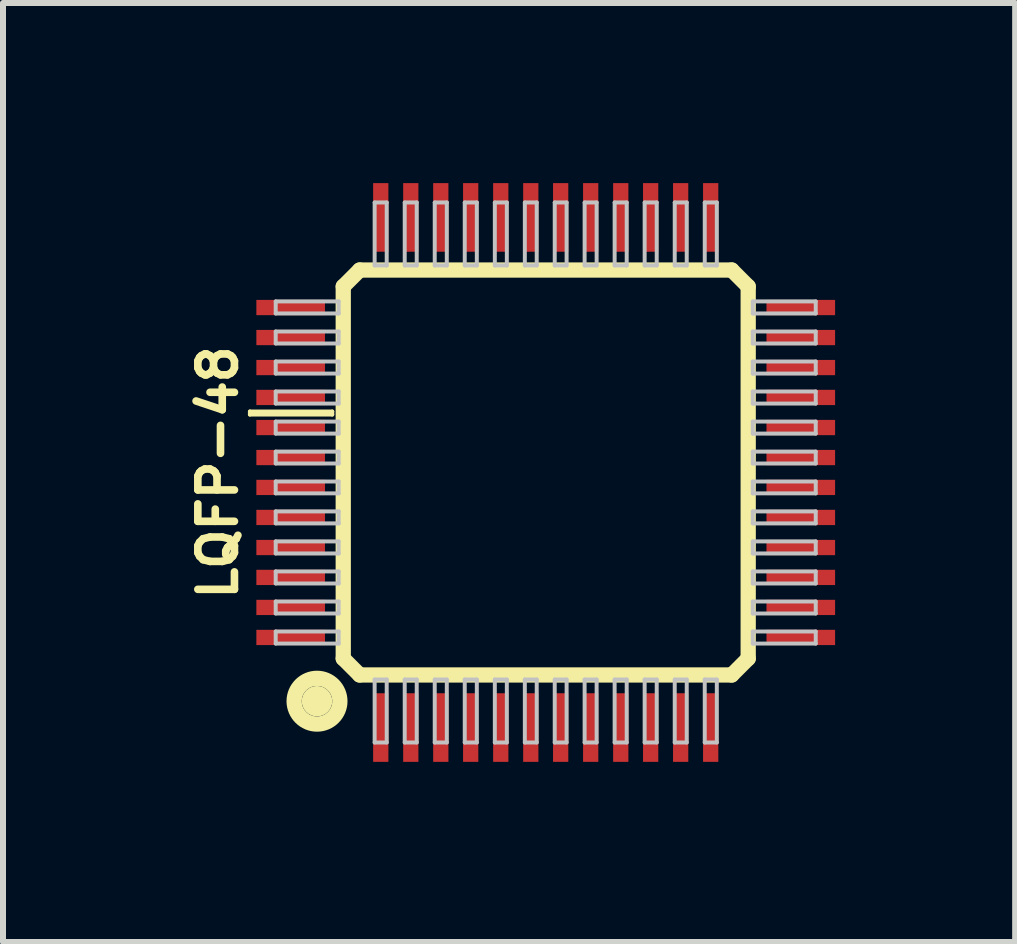
<source format=kicad_pcb>
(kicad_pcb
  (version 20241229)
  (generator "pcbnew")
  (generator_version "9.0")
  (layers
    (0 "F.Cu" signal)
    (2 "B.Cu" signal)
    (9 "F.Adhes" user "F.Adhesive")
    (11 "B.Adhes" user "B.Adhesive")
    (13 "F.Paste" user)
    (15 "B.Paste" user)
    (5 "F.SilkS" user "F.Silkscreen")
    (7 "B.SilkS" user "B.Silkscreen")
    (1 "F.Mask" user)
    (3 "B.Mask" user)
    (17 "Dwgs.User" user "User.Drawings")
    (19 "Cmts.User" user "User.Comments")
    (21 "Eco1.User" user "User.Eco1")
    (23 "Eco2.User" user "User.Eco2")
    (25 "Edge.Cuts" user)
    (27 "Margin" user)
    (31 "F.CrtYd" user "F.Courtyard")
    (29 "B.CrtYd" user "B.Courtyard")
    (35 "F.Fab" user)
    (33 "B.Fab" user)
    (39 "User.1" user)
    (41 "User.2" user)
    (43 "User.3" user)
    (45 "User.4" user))
  (footprint "LQFP-48"
    (layer "F.Cu")
    (at 6.041 4.821)
    (property "Reference" "LQFP-48" (at -5.461 0 90) (layer "F.SilkS") (effects (font (size 0.61 0.61) (thickness 0.127))))
    (attr smd)
    (fp_line (start -4.928 -1.016) (end -3.556 -1.016) (stroke (width 0.066) (type solid)) (layer "F.SilkS"))
    (fp_line (start -4.928 -0.965) (end -4.928 -1.016) (stroke (width 0.066) (type solid)) (layer "F.SilkS"))
    (fp_line (start -4.928 -0.965) (end -3.556 -0.965) (stroke (width 0.066) (type solid)) (layer "F.SilkS"))
    (fp_line (start -3.556 -0.965) (end -3.556 -1.016) (stroke (width 0.066) (type solid)) (layer "F.SilkS"))
    (fp_line (start -3.373 -3.099) (end -3.099 -3.373) (stroke (width 0.254) (type solid)) (layer "F.SilkS"))
    (fp_line (start -3.373 3.099) (end -3.373 -3.099) (stroke (width 0.254) (type solid)) (layer "F.SilkS"))
    (fp_line (start -3.099 -3.373) (end 3.099 -3.373) (stroke (width 0.254) (type solid)) (layer "F.SilkS"))
    (fp_line (start -3.099 3.373) (end -3.373 3.099) (stroke (width 0.254) (type solid)) (layer "F.SilkS"))
    (fp_line (start 3.099 -3.373) (end 3.373 -3.099) (stroke (width 0.254) (type solid)) (layer "F.SilkS"))
    (fp_line (start 3.099 3.373) (end -3.099 3.373) (stroke (width 0.254) (type solid)) (layer "F.SilkS"))
    (fp_line (start 3.373 -3.099) (end 3.373 3.099) (stroke (width 0.254) (type solid)) (layer "F.SilkS"))
    (fp_line (start 3.373 3.099) (end 3.099 3.373) (stroke (width 0.254) (type solid)) (layer "F.SilkS"))
    (fp_circle (center -3.81 3.81) (end -3.683 3.81) (stroke (width 0.254) (type solid)) (fill no) (layer "F.SilkS"))
    (fp_circle (center -3.81 3.81) (end -3.429 3.81) (stroke (width 0.254) (type solid)) (fill no) (layer "F.SilkS"))
    (fp_line (start -4.498 -2.85) (end -3.449 -2.85) (stroke (width 0.066) (type solid)) (layer "Dwgs.User"))
    (fp_line (start -4.498 -2.649) (end -4.498 -2.85) (stroke (width 0.066) (type solid)) (layer "Dwgs.User"))
    (fp_line (start -4.498 -2.649) (end -3.449 -2.649) (stroke (width 0.066) (type solid)) (layer "Dwgs.User"))
    (fp_line (start -4.498 -2.349) (end -3.449 -2.349) (stroke (width 0.066) (type solid)) (layer "Dwgs.User"))
    (fp_line (start -4.498 -2.149) (end -4.498 -2.349) (stroke (width 0.066) (type solid)) (layer "Dwgs.User"))
    (fp_line (start -4.498 -2.149) (end -3.449 -2.149) (stroke (width 0.066) (type solid)) (layer "Dwgs.User"))
    (fp_line (start -4.498 -1.849) (end -3.449 -1.849) (stroke (width 0.066) (type solid)) (layer "Dwgs.User"))
    (fp_line (start -4.498 -1.648) (end -4.498 -1.849) (stroke (width 0.066) (type solid)) (layer "Dwgs.User"))
    (fp_line (start -4.498 -1.648) (end -3.449 -1.648) (stroke (width 0.066) (type solid)) (layer "Dwgs.User"))
    (fp_line (start -4.498 -1.349) (end -3.449 -1.349) (stroke (width 0.066) (type solid)) (layer "Dwgs.User"))
    (fp_line (start -4.498 -1.148) (end -4.498 -1.349) (stroke (width 0.066) (type solid)) (layer "Dwgs.User"))
    (fp_line (start -4.498 -1.148) (end -3.449 -1.148) (stroke (width 0.066) (type solid)) (layer "Dwgs.User"))
    (fp_line (start -4.498 -0.848) (end -3.449 -0.848) (stroke (width 0.066) (type solid)) (layer "Dwgs.User"))
    (fp_line (start -4.498 -0.648) (end -4.498 -0.848) (stroke (width 0.066) (type solid)) (layer "Dwgs.User"))
    (fp_line (start -4.498 -0.648) (end -3.449 -0.648) (stroke (width 0.066) (type solid)) (layer "Dwgs.User"))
    (fp_line (start -4.498 -0.348) (end -3.449 -0.348) (stroke (width 0.066) (type solid)) (layer "Dwgs.User"))
    (fp_line (start -4.498 -0.15) (end -4.498 -0.348) (stroke (width 0.066) (type solid)) (layer "Dwgs.User"))
    (fp_line (start -4.498 -0.15) (end -3.449 -0.15) (stroke (width 0.066) (type solid)) (layer "Dwgs.User"))
    (fp_line (start -4.498 0.15) (end -3.449 0.15) (stroke (width 0.066) (type solid)) (layer "Dwgs.User"))
    (fp_line (start -4.498 0.348) (end -4.498 0.15) (stroke (width 0.066) (type solid)) (layer "Dwgs.User"))
    (fp_line (start -4.498 0.348) (end -3.449 0.348) (stroke (width 0.066) (type solid)) (layer "Dwgs.User"))
    (fp_line (start -4.498 0.648) (end -3.449 0.648) (stroke (width 0.066) (type solid)) (layer "Dwgs.User"))
    (fp_line (start -4.498 0.848) (end -4.498 0.648) (stroke (width 0.066) (type solid)) (layer "Dwgs.User"))
    (fp_line (start -4.498 0.848) (end -3.449 0.848) (stroke (width 0.066) (type solid)) (layer "Dwgs.User"))
    (fp_line (start -4.498 1.148) (end -3.449 1.148) (stroke (width 0.066) (type solid)) (layer "Dwgs.User"))
    (fp_line (start -4.498 1.349) (end -4.498 1.148) (stroke (width 0.066) (type solid)) (layer "Dwgs.User"))
    (fp_line (start -4.498 1.349) (end -3.449 1.349) (stroke (width 0.066) (type solid)) (layer "Dwgs.User"))
    (fp_line (start -4.498 1.648) (end -3.449 1.648) (stroke (width 0.066) (type solid)) (layer "Dwgs.User"))
    (fp_line (start -4.498 1.849) (end -4.498 1.648) (stroke (width 0.066) (type solid)) (layer "Dwgs.User"))
    (fp_line (start -4.498 1.849) (end -3.449 1.849) (stroke (width 0.066) (type solid)) (layer "Dwgs.User"))
    (fp_line (start -4.498 2.149) (end -3.449 2.149) (stroke (width 0.066) (type solid)) (layer "Dwgs.User"))
    (fp_line (start -4.498 2.349) (end -4.498 2.149) (stroke (width 0.066) (type solid)) (layer "Dwgs.User"))
    (fp_line (start -4.498 2.349) (end -3.449 2.349) (stroke (width 0.066) (type solid)) (layer "Dwgs.User"))
    (fp_line (start -4.498 2.649) (end -3.449 2.649) (stroke (width 0.066) (type solid)) (layer "Dwgs.User"))
    (fp_line (start -4.498 2.85) (end -4.498 2.649) (stroke (width 0.066) (type solid)) (layer "Dwgs.User"))
    (fp_line (start -4.498 2.85) (end -3.449 2.85) (stroke (width 0.066) (type solid)) (layer "Dwgs.User"))
    (fp_line (start -3.449 -2.649) (end -3.449 -2.85) (stroke (width 0.066) (type solid)) (layer "Dwgs.User"))
    (fp_line (start -3.449 -2.149) (end -3.449 -2.349) (stroke (width 0.066) (type solid)) (layer "Dwgs.User"))
    (fp_line (start -3.449 -1.648) (end -3.449 -1.849) (stroke (width 0.066) (type solid)) (layer "Dwgs.User"))
    (fp_line (start -3.449 -1.148) (end -3.449 -1.349) (stroke (width 0.066) (type solid)) (layer "Dwgs.User"))
    (fp_line (start -3.449 -0.648) (end -3.449 -0.848) (stroke (width 0.066) (type solid)) (layer "Dwgs.User"))
    (fp_line (start -3.449 -0.15) (end -3.449 -0.348) (stroke (width 0.066) (type solid)) (layer "Dwgs.User"))
    (fp_line (start -3.449 0.348) (end -3.449 0.15) (stroke (width 0.066) (type solid)) (layer "Dwgs.User"))
    (fp_line (start -3.449 0.848) (end -3.449 0.648) (stroke (width 0.066) (type solid)) (layer "Dwgs.User"))
    (fp_line (start -3.449 1.349) (end -3.449 1.148) (stroke (width 0.066) (type solid)) (layer "Dwgs.User"))
    (fp_line (start -3.449 1.849) (end -3.449 1.648) (stroke (width 0.066) (type solid)) (layer "Dwgs.User"))
    (fp_line (start -3.449 2.349) (end -3.449 2.149) (stroke (width 0.066) (type solid)) (layer "Dwgs.User"))
    (fp_line (start -3.449 2.85) (end -3.449 2.649) (stroke (width 0.066) (type solid)) (layer "Dwgs.User"))
    (fp_line (start -2.85 -4.498) (end -2.649 -4.498) (stroke (width 0.066) (type solid)) (layer "Dwgs.User"))
    (fp_line (start -2.85 -3.449) (end -2.85 -4.498) (stroke (width 0.066) (type solid)) (layer "Dwgs.User"))
    (fp_line (start -2.85 -3.449) (end -2.649 -3.449) (stroke (width 0.066) (type solid)) (layer "Dwgs.User"))
    (fp_line (start -2.85 3.449) (end -2.649 3.449) (stroke (width 0.066) (type solid)) (layer "Dwgs.User"))
    (fp_line (start -2.85 4.498) (end -2.85 3.449) (stroke (width 0.066) (type solid)) (layer "Dwgs.User"))
    (fp_line (start -2.85 4.498) (end -2.649 4.498) (stroke (width 0.066) (type solid)) (layer "Dwgs.User"))
    (fp_line (start -2.649 -3.449) (end -2.649 -4.498) (stroke (width 0.066) (type solid)) (layer "Dwgs.User"))
    (fp_line (start -2.649 4.498) (end -2.649 3.449) (stroke (width 0.066) (type solid)) (layer "Dwgs.User"))
    (fp_line (start -2.349 -4.498) (end -2.149 -4.498) (stroke (width 0.066) (type solid)) (layer "Dwgs.User"))
    (fp_line (start -2.349 -3.449) (end -2.349 -4.498) (stroke (width 0.066) (type solid)) (layer "Dwgs.User"))
    (fp_line (start -2.349 -3.449) (end -2.149 -3.449) (stroke (width 0.066) (type solid)) (layer "Dwgs.User"))
    (fp_line (start -2.349 3.449) (end -2.149 3.449) (stroke (width 0.066) (type solid)) (layer "Dwgs.User"))
    (fp_line (start -2.349 4.498) (end -2.349 3.449) (stroke (width 0.066) (type solid)) (layer "Dwgs.User"))
    (fp_line (start -2.349 4.498) (end -2.149 4.498) (stroke (width 0.066) (type solid)) (layer "Dwgs.User"))
    (fp_line (start -2.149 -3.449) (end -2.149 -4.498) (stroke (width 0.066) (type solid)) (layer "Dwgs.User"))
    (fp_line (start -2.149 4.498) (end -2.149 3.449) (stroke (width 0.066) (type solid)) (layer "Dwgs.User"))
    (fp_line (start -1.849 -4.498) (end -1.648 -4.498) (stroke (width 0.066) (type solid)) (layer "Dwgs.User"))
    (fp_line (start -1.849 -3.449) (end -1.849 -4.498) (stroke (width 0.066) (type solid)) (layer "Dwgs.User"))
    (fp_line (start -1.849 -3.449) (end -1.648 -3.449) (stroke (width 0.066) (type solid)) (layer "Dwgs.User"))
    (fp_line (start -1.849 3.449) (end -1.648 3.449) (stroke (width 0.066) (type solid)) (layer "Dwgs.User"))
    (fp_line (start -1.849 4.498) (end -1.849 3.449) (stroke (width 0.066) (type solid)) (layer "Dwgs.User"))
    (fp_line (start -1.849 4.498) (end -1.648 4.498) (stroke (width 0.066) (type solid)) (layer "Dwgs.User"))
    (fp_line (start -1.648 -3.449) (end -1.648 -4.498) (stroke (width 0.066) (type solid)) (layer "Dwgs.User"))
    (fp_line (start -1.648 4.498) (end -1.648 3.449) (stroke (width 0.066) (type solid)) (layer "Dwgs.User"))
    (fp_line (start -1.349 -4.498) (end -1.148 -4.498) (stroke (width 0.066) (type solid)) (layer "Dwgs.User"))
    (fp_line (start -1.349 -3.449) (end -1.349 -4.498) (stroke (width 0.066) (type solid)) (layer "Dwgs.User"))
    (fp_line (start -1.349 -3.449) (end -1.148 -3.449) (stroke (width 0.066) (type solid)) (layer "Dwgs.User"))
    (fp_line (start -1.349 3.449) (end -1.148 3.449) (stroke (width 0.066) (type solid)) (layer "Dwgs.User"))
    (fp_line (start -1.349 4.498) (end -1.349 3.449) (stroke (width 0.066) (type solid)) (layer "Dwgs.User"))
    (fp_line (start -1.349 4.498) (end -1.148 4.498) (stroke (width 0.066) (type solid)) (layer "Dwgs.User"))
    (fp_line (start -1.148 -3.449) (end -1.148 -4.498) (stroke (width 0.066) (type solid)) (layer "Dwgs.User"))
    (fp_line (start -1.148 4.498) (end -1.148 3.449) (stroke (width 0.066) (type solid)) (layer "Dwgs.User"))
    (fp_line (start -0.848 -4.498) (end -0.648 -4.498) (stroke (width 0.066) (type solid)) (layer "Dwgs.User"))
    (fp_line (start -0.848 -3.449) (end -0.848 -4.498) (stroke (width 0.066) (type solid)) (layer "Dwgs.User"))
    (fp_line (start -0.848 -3.449) (end -0.648 -3.449) (stroke (width 0.066) (type solid)) (layer "Dwgs.User"))
    (fp_line (start -0.848 3.449) (end -0.648 3.449) (stroke (width 0.066) (type solid)) (layer "Dwgs.User"))
    (fp_line (start -0.848 4.498) (end -0.848 3.449) (stroke (width 0.066) (type solid)) (layer "Dwgs.User"))
    (fp_line (start -0.848 4.498) (end -0.648 4.498) (stroke (width 0.066) (type solid)) (layer "Dwgs.User"))
    (fp_line (start -0.648 -3.449) (end -0.648 -4.498) (stroke (width 0.066) (type solid)) (layer "Dwgs.User"))
    (fp_line (start -0.648 4.498) (end -0.648 3.449) (stroke (width 0.066) (type solid)) (layer "Dwgs.User"))
    (fp_line (start -0.348 -4.498) (end -0.15 -4.498) (stroke (width 0.066) (type solid)) (layer "Dwgs.User"))
    (fp_line (start -0.348 -3.449) (end -0.348 -4.498) (stroke (width 0.066) (type solid)) (layer "Dwgs.User"))
    (fp_line (start -0.348 -3.449) (end -0.15 -3.449) (stroke (width 0.066) (type solid)) (layer "Dwgs.User"))
    (fp_line (start -0.348 3.449) (end -0.15 3.449) (stroke (width 0.066) (type solid)) (layer "Dwgs.User"))
    (fp_line (start -0.348 4.498) (end -0.348 3.449) (stroke (width 0.066) (type solid)) (layer "Dwgs.User"))
    (fp_line (start -0.348 4.498) (end -0.15 4.498) (stroke (width 0.066) (type solid)) (layer "Dwgs.User"))
    (fp_line (start -0.15 -3.449) (end -0.15 -4.498) (stroke (width 0.066) (type solid)) (layer "Dwgs.User"))
    (fp_line (start -0.15 4.498) (end -0.15 3.449) (stroke (width 0.066) (type solid)) (layer "Dwgs.User"))
    (fp_line (start 0.15 -4.498) (end 0.348 -4.498) (stroke (width 0.066) (type solid)) (layer "Dwgs.User"))
    (fp_line (start 0.15 -3.449) (end 0.15 -4.498) (stroke (width 0.066) (type solid)) (layer "Dwgs.User"))
    (fp_line (start 0.15 -3.449) (end 0.348 -3.449) (stroke (width 0.066) (type solid)) (layer "Dwgs.User"))
    (fp_line (start 0.15 3.449) (end 0.348 3.449) (stroke (width 0.066) (type solid)) (layer "Dwgs.User"))
    (fp_line (start 0.15 4.498) (end 0.15 3.449) (stroke (width 0.066) (type solid)) (layer "Dwgs.User"))
    (fp_line (start 0.15 4.498) (end 0.348 4.498) (stroke (width 0.066) (type solid)) (layer "Dwgs.User"))
    (fp_line (start 0.348 -3.449) (end 0.348 -4.498) (stroke (width 0.066) (type solid)) (layer "Dwgs.User"))
    (fp_line (start 0.348 4.498) (end 0.348 3.449) (stroke (width 0.066) (type solid)) (layer "Dwgs.User"))
    (fp_line (start 0.648 -4.498) (end 0.848 -4.498) (stroke (width 0.066) (type solid)) (layer "Dwgs.User"))
    (fp_line (start 0.648 -3.449) (end 0.648 -4.498) (stroke (width 0.066) (type solid)) (layer "Dwgs.User"))
    (fp_line (start 0.648 -3.449) (end 0.848 -3.449) (stroke (width 0.066) (type solid)) (layer "Dwgs.User"))
    (fp_line (start 0.648 3.449) (end 0.848 3.449) (stroke (width 0.066) (type solid)) (layer "Dwgs.User"))
    (fp_line (start 0.648 4.498) (end 0.648 3.449) (stroke (width 0.066) (type solid)) (layer "Dwgs.User"))
    (fp_line (start 0.648 4.498) (end 0.848 4.498) (stroke (width 0.066) (type solid)) (layer "Dwgs.User"))
    (fp_line (start 0.848 -3.449) (end 0.848 -4.498) (stroke (width 0.066) (type solid)) (layer "Dwgs.User"))
    (fp_line (start 0.848 4.498) (end 0.848 3.449) (stroke (width 0.066) (type solid)) (layer "Dwgs.User"))
    (fp_line (start 1.148 -4.498) (end 1.349 -4.498) (stroke (width 0.066) (type solid)) (layer "Dwgs.User"))
    (fp_line (start 1.148 -3.449) (end 1.148 -4.498) (stroke (width 0.066) (type solid)) (layer "Dwgs.User"))
    (fp_line (start 1.148 -3.449) (end 1.349 -3.449) (stroke (width 0.066) (type solid)) (layer "Dwgs.User"))
    (fp_line (start 1.148 3.449) (end 1.349 3.449) (stroke (width 0.066) (type solid)) (layer "Dwgs.User"))
    (fp_line (start 1.148 4.498) (end 1.148 3.449) (stroke (width 0.066) (type solid)) (layer "Dwgs.User"))
    (fp_line (start 1.148 4.498) (end 1.349 4.498) (stroke (width 0.066) (type solid)) (layer "Dwgs.User"))
    (fp_line (start 1.349 -3.449) (end 1.349 -4.498) (stroke (width 0.066) (type solid)) (layer "Dwgs.User"))
    (fp_line (start 1.349 4.498) (end 1.349 3.449) (stroke (width 0.066) (type solid)) (layer "Dwgs.User"))
    (fp_line (start 1.648 -4.498) (end 1.849 -4.498) (stroke (width 0.066) (type solid)) (layer "Dwgs.User"))
    (fp_line (start 1.648 -3.449) (end 1.648 -4.498) (stroke (width 0.066) (type solid)) (layer "Dwgs.User"))
    (fp_line (start 1.648 -3.449) (end 1.849 -3.449) (stroke (width 0.066) (type solid)) (layer "Dwgs.User"))
    (fp_line (start 1.648 3.449) (end 1.849 3.449) (stroke (width 0.066) (type solid)) (layer "Dwgs.User"))
    (fp_line (start 1.648 4.498) (end 1.648 3.449) (stroke (width 0.066) (type solid)) (layer "Dwgs.User"))
    (fp_line (start 1.648 4.498) (end 1.849 4.498) (stroke (width 0.066) (type solid)) (layer "Dwgs.User"))
    (fp_line (start 1.849 -3.449) (end 1.849 -4.498) (stroke (width 0.066) (type solid)) (layer "Dwgs.User"))
    (fp_line (start 1.849 4.498) (end 1.849 3.449) (stroke (width 0.066) (type solid)) (layer "Dwgs.User"))
    (fp_line (start 2.149 -4.498) (end 2.349 -4.498) (stroke (width 0.066) (type solid)) (layer "Dwgs.User"))
    (fp_line (start 2.149 -3.449) (end 2.149 -4.498) (stroke (width 0.066) (type solid)) (layer "Dwgs.User"))
    (fp_line (start 2.149 -3.449) (end 2.349 -3.449) (stroke (width 0.066) (type solid)) (layer "Dwgs.User"))
    (fp_line (start 2.149 3.449) (end 2.349 3.449) (stroke (width 0.066) (type solid)) (layer "Dwgs.User"))
    (fp_line (start 2.149 4.498) (end 2.149 3.449) (stroke (width 0.066) (type solid)) (layer "Dwgs.User"))
    (fp_line (start 2.149 4.498) (end 2.349 4.498) (stroke (width 0.066) (type solid)) (layer "Dwgs.User"))
    (fp_line (start 2.349 -3.449) (end 2.349 -4.498) (stroke (width 0.066) (type solid)) (layer "Dwgs.User"))
    (fp_line (start 2.349 4.498) (end 2.349 3.449) (stroke (width 0.066) (type solid)) (layer "Dwgs.User"))
    (fp_line (start 2.649 -4.498) (end 2.85 -4.498) (stroke (width 0.066) (type solid)) (layer "Dwgs.User"))
    (fp_line (start 2.649 -3.449) (end 2.649 -4.498) (stroke (width 0.066) (type solid)) (layer "Dwgs.User"))
    (fp_line (start 2.649 -3.449) (end 2.85 -3.449) (stroke (width 0.066) (type solid)) (layer "Dwgs.User"))
    (fp_line (start 2.649 3.449) (end 2.85 3.449) (stroke (width 0.066) (type solid)) (layer "Dwgs.User"))
    (fp_line (start 2.649 4.498) (end 2.649 3.449) (stroke (width 0.066) (type solid)) (layer "Dwgs.User"))
    (fp_line (start 2.649 4.498) (end 2.85 4.498) (stroke (width 0.066) (type solid)) (layer "Dwgs.User"))
    (fp_line (start 2.85 -3.449) (end 2.85 -4.498) (stroke (width 0.066) (type solid)) (layer "Dwgs.User"))
    (fp_line (start 2.85 4.498) (end 2.85 3.449) (stroke (width 0.066) (type solid)) (layer "Dwgs.User"))
    (fp_line (start 3.449 -2.85) (end 4.498 -2.85) (stroke (width 0.066) (type solid)) (layer "Dwgs.User"))
    (fp_line (start 3.449 -2.649) (end 3.449 -2.85) (stroke (width 0.066) (type solid)) (layer "Dwgs.User"))
    (fp_line (start 3.449 -2.649) (end 4.498 -2.649) (stroke (width 0.066) (type solid)) (layer "Dwgs.User"))
    (fp_line (start 3.449 -2.349) (end 4.498 -2.349) (stroke (width 0.066) (type solid)) (layer "Dwgs.User"))
    (fp_line (start 3.449 -2.149) (end 3.449 -2.349) (stroke (width 0.066) (type solid)) (layer "Dwgs.User"))
    (fp_line (start 3.449 -2.149) (end 4.498 -2.149) (stroke (width 0.066) (type solid)) (layer "Dwgs.User"))
    (fp_line (start 3.449 -1.849) (end 4.498 -1.849) (stroke (width 0.066) (type solid)) (layer "Dwgs.User"))
    (fp_line (start 3.449 -1.648) (end 3.449 -1.849) (stroke (width 0.066) (type solid)) (layer "Dwgs.User"))
    (fp_line (start 3.449 -1.648) (end 4.498 -1.648) (stroke (width 0.066) (type solid)) (layer "Dwgs.User"))
    (fp_line (start 3.449 -1.349) (end 4.498 -1.349) (stroke (width 0.066) (type solid)) (layer "Dwgs.User"))
    (fp_line (start 3.449 -1.148) (end 3.449 -1.349) (stroke (width 0.066) (type solid)) (layer "Dwgs.User"))
    (fp_line (start 3.449 -1.148) (end 4.498 -1.148) (stroke (width 0.066) (type solid)) (layer "Dwgs.User"))
    (fp_line (start 3.449 -0.848) (end 4.498 -0.848) (stroke (width 0.066) (type solid)) (layer "Dwgs.User"))
    (fp_line (start 3.449 -0.648) (end 3.449 -0.848) (stroke (width 0.066) (type solid)) (layer "Dwgs.User"))
    (fp_line (start 3.449 -0.648) (end 4.498 -0.648) (stroke (width 0.066) (type solid)) (layer "Dwgs.User"))
    (fp_line (start 3.449 -0.348) (end 4.498 -0.348) (stroke (width 0.066) (type solid)) (layer "Dwgs.User"))
    (fp_line (start 3.449 -0.15) (end 3.449 -0.348) (stroke (width 0.066) (type solid)) (layer "Dwgs.User"))
    (fp_line (start 3.449 -0.15) (end 4.498 -0.15) (stroke (width 0.066) (type solid)) (layer "Dwgs.User"))
    (fp_line (start 3.449 0.15) (end 4.498 0.15) (stroke (width 0.066) (type solid)) (layer "Dwgs.User"))
    (fp_line (start 3.449 0.348) (end 3.449 0.15) (stroke (width 0.066) (type solid)) (layer "Dwgs.User"))
    (fp_line (start 3.449 0.348) (end 4.498 0.348) (stroke (width 0.066) (type solid)) (layer "Dwgs.User"))
    (fp_line (start 3.449 0.648) (end 4.498 0.648) (stroke (width 0.066) (type solid)) (layer "Dwgs.User"))
    (fp_line (start 3.449 0.848) (end 3.449 0.648) (stroke (width 0.066) (type solid)) (layer "Dwgs.User"))
    (fp_line (start 3.449 0.848) (end 4.498 0.848) (stroke (width 0.066) (type solid)) (layer "Dwgs.User"))
    (fp_line (start 3.449 1.148) (end 4.498 1.148) (stroke (width 0.066) (type solid)) (layer "Dwgs.User"))
    (fp_line (start 3.449 1.349) (end 3.449 1.148) (stroke (width 0.066) (type solid)) (layer "Dwgs.User"))
    (fp_line (start 3.449 1.349) (end 4.498 1.349) (stroke (width 0.066) (type solid)) (layer "Dwgs.User"))
    (fp_line (start 3.449 1.648) (end 4.498 1.648) (stroke (width 0.066) (type solid)) (layer "Dwgs.User"))
    (fp_line (start 3.449 1.849) (end 3.449 1.648) (stroke (width 0.066) (type solid)) (layer "Dwgs.User"))
    (fp_line (start 3.449 1.849) (end 4.498 1.849) (stroke (width 0.066) (type solid)) (layer "Dwgs.User"))
    (fp_line (start 3.449 2.149) (end 4.498 2.149) (stroke (width 0.066) (type solid)) (layer "Dwgs.User"))
    (fp_line (start 3.449 2.349) (end 3.449 2.149) (stroke (width 0.066) (type solid)) (layer "Dwgs.User"))
    (fp_line (start 3.449 2.349) (end 4.498 2.349) (stroke (width 0.066) (type solid)) (layer "Dwgs.User"))
    (fp_line (start 3.449 2.649) (end 4.498 2.649) (stroke (width 0.066) (type solid)) (layer "Dwgs.User"))
    (fp_line (start 3.449 2.85) (end 3.449 2.649) (stroke (width 0.066) (type solid)) (layer "Dwgs.User"))
    (fp_line (start 3.449 2.85) (end 4.498 2.85) (stroke (width 0.066) (type solid)) (layer "Dwgs.User"))
    (fp_line (start 4.498 -2.649) (end 4.498 -2.85) (stroke (width 0.066) (type solid)) (layer "Dwgs.User"))
    (fp_line (start 4.498 -2.149) (end 4.498 -2.349) (stroke (width 0.066) (type solid)) (layer "Dwgs.User"))
    (fp_line (start 4.498 -1.648) (end 4.498 -1.849) (stroke (width 0.066) (type solid)) (layer "Dwgs.User"))
    (fp_line (start 4.498 -1.148) (end 4.498 -1.349) (stroke (width 0.066) (type solid)) (layer "Dwgs.User"))
    (fp_line (start 4.498 -0.648) (end 4.498 -0.848) (stroke (width 0.066) (type solid)) (layer "Dwgs.User"))
    (fp_line (start 4.498 -0.15) (end 4.498 -0.348) (stroke (width 0.066) (type solid)) (layer "Dwgs.User"))
    (fp_line (start 4.498 0.348) (end 4.498 0.15) (stroke (width 0.066) (type solid)) (layer "Dwgs.User"))
    (fp_line (start 4.498 0.848) (end 4.498 0.648) (stroke (width 0.066) (type solid)) (layer "Dwgs.User"))
    (fp_line (start 4.498 1.349) (end 4.498 1.148) (stroke (width 0.066) (type solid)) (layer "Dwgs.User"))
    (fp_line (start 4.498 1.849) (end 4.498 1.648) (stroke (width 0.066) (type solid)) (layer "Dwgs.User"))
    (fp_line (start 4.498 2.349) (end 4.498 2.149) (stroke (width 0.066) (type solid)) (layer "Dwgs.User"))
    (fp_line (start 4.498 2.85) (end 4.498 2.649) (stroke (width 0.066) (type solid)) (layer "Dwgs.User"))
    (pad "1" smd rect (at -2.748 4.249) (size 0.254 1.143) (layers "F.Cu" "F.Mask" "F.Paste"))
    (pad "2" smd rect (at -2.248 4.249) (size 0.254 1.143) (layers "F.Cu" "F.Mask" "F.Paste"))
    (pad "3" smd rect (at -1.748 4.249) (size 0.254 1.143) (layers "F.Cu" "F.Mask" "F.Paste"))
    (pad "4" smd rect (at -1.25 4.249) (size 0.254 1.143) (layers "F.Cu" "F.Mask" "F.Paste"))
    (pad "5" smd rect (at -0.749 4.249) (size 0.254 1.143) (layers "F.Cu" "F.Mask" "F.Paste"))
    (pad "6" smd rect (at -0.249 4.249) (size 0.254 1.143) (layers "F.Cu" "F.Mask" "F.Paste"))
    (pad "7" smd rect (at 0.249 4.249) (size 0.254 1.143) (layers "F.Cu" "F.Mask" "F.Paste"))
    (pad "8" smd rect (at 0.749 4.249) (size 0.254 1.143) (layers "F.Cu" "F.Mask" "F.Paste"))
    (pad "9" smd rect (at 1.25 4.249) (size 0.254 1.143) (layers "F.Cu" "F.Mask" "F.Paste"))
    (pad "10" smd rect (at 1.748 4.249) (size 0.254 1.143) (layers "F.Cu" "F.Mask" "F.Paste"))
    (pad "11" smd rect (at 2.248 4.249) (size 0.254 1.143) (layers "F.Cu" "F.Mask" "F.Paste"))
    (pad "12" smd rect (at 2.748 4.249) (size 0.254 1.143) (layers "F.Cu" "F.Mask" "F.Paste"))
    (pad "13" smd rect (at 4.249 2.748) (size 1.143 0.254) (layers "F.Cu" "F.Mask" "F.Paste"))
    (pad "14" smd rect (at 4.249 2.248) (size 1.143 0.254) (layers "F.Cu" "F.Mask" "F.Paste"))
    (pad "15" smd rect (at 4.249 1.748) (size 1.143 0.254) (layers "F.Cu" "F.Mask" "F.Paste"))
    (pad "16" smd rect (at 4.249 1.25) (size 1.143 0.254) (layers "F.Cu" "F.Mask" "F.Paste"))
    (pad "17" smd rect (at 4.249 0.749) (size 1.143 0.254) (layers "F.Cu" "F.Mask" "F.Paste"))
    (pad "18" smd rect (at 4.249 0.249) (size 1.143 0.254) (layers "F.Cu" "F.Mask" "F.Paste"))
    (pad "19" smd rect (at 4.249 -0.249) (size 1.143 0.254) (layers "F.Cu" "F.Mask" "F.Paste"))
    (pad "20" smd rect (at 4.249 -0.749) (size 1.143 0.254) (layers "F.Cu" "F.Mask" "F.Paste"))
    (pad "21" smd rect (at 4.249 -1.25) (size 1.143 0.254) (layers "F.Cu" "F.Mask" "F.Paste"))
    (pad "22" smd rect (at 4.249 -1.748) (size 1.143 0.254) (layers "F.Cu" "F.Mask" "F.Paste"))
    (pad "23" smd rect (at 4.249 -2.248) (size 1.143 0.254) (layers "F.Cu" "F.Mask" "F.Paste"))
    (pad "24" smd rect (at 4.249 -2.748) (size 1.143 0.254) (layers "F.Cu" "F.Mask" "F.Paste"))
    (pad "25" smd rect (at 2.748 -4.249) (size 0.254 1.143) (layers "F.Cu" "F.Mask" "F.Paste"))
    (pad "26" smd rect (at 2.248 -4.249) (size 0.254 1.143) (layers "F.Cu" "F.Mask" "F.Paste"))
    (pad "27" smd rect (at 1.748 -4.249) (size 0.254 1.143) (layers "F.Cu" "F.Mask" "F.Paste"))
    (pad "28" smd rect (at 1.25 -4.249) (size 0.254 1.143) (layers "F.Cu" "F.Mask" "F.Paste"))
    (pad "29" smd rect (at 0.749 -4.249) (size 0.254 1.143) (layers "F.Cu" "F.Mask" "F.Paste"))
    (pad "30" smd rect (at 0.249 -4.249) (size 0.254 1.143) (layers "F.Cu" "F.Mask" "F.Paste"))
    (pad "31" smd rect (at -0.249 -4.249) (size 0.254 1.143) (layers "F.Cu" "F.Mask" "F.Paste"))
    (pad "32" smd rect (at -0.749 -4.249) (size 0.254 1.143) (layers "F.Cu" "F.Mask" "F.Paste"))
    (pad "33" smd rect (at -1.25 -4.249) (size 0.254 1.143) (layers "F.Cu" "F.Mask" "F.Paste"))
    (pad "34" smd rect (at -1.748 -4.249) (size 0.254 1.143) (layers "F.Cu" "F.Mask" "F.Paste"))
    (pad "35" smd rect (at -2.248 -4.249) (size 0.254 1.143) (layers "F.Cu" "F.Mask" "F.Paste"))
    (pad "36" smd rect (at -2.748 -4.249) (size 0.254 1.143) (layers "F.Cu" "F.Mask" "F.Paste"))
    (pad "37" smd rect (at -4.249 -2.748) (size 1.143 0.254) (layers "F.Cu" "F.Mask" "F.Paste"))
    (pad "38" smd rect (at -4.249 -2.248) (size 1.143 0.254) (layers "F.Cu" "F.Mask" "F.Paste"))
    (pad "39" smd rect (at -4.249 -1.748) (size 1.143 0.254) (layers "F.Cu" "F.Mask" "F.Paste"))
    (pad "40" smd rect (at -4.249 -1.25) (size 1.143 0.254) (layers "F.Cu" "F.Mask" "F.Paste"))
    (pad "41" smd rect (at -4.249 -0.749) (size 1.143 0.254) (layers "F.Cu" "F.Mask" "F.Paste"))
    (pad "42" smd rect (at -4.249 -0.249) (size 1.143 0.254) (layers "F.Cu" "F.Mask" "F.Paste"))
    (pad "43" smd rect (at -4.249 0.249) (size 1.143 0.254) (layers "F.Cu" "F.Mask" "F.Paste"))
    (pad "44" smd rect (at -4.249 0.749) (size 1.143 0.254) (layers "F.Cu" "F.Mask" "F.Paste"))
    (pad "45" smd rect (at -4.249 1.25) (size 1.143 0.254) (layers "F.Cu" "F.Mask" "F.Paste"))
    (pad "46" smd rect (at -4.249 1.748) (size 1.143 0.254) (layers "F.Cu" "F.Mask" "F.Paste"))
    (pad "47" smd rect (at -4.249 2.248) (size 1.143 0.254) (layers "F.Cu" "F.Mask" "F.Paste"))
    (pad "48" smd rect (at -4.249 2.748) (size 1.143 0.254) (layers "F.Cu" "F.Mask" "F.Paste")))
  (gr_rect
    (start -3 -3)
    (end 13.861 12.642)
    (stroke (width 0.1) (type default))
    (fill no)
    (layer "Edge.Cuts")))
</source>
